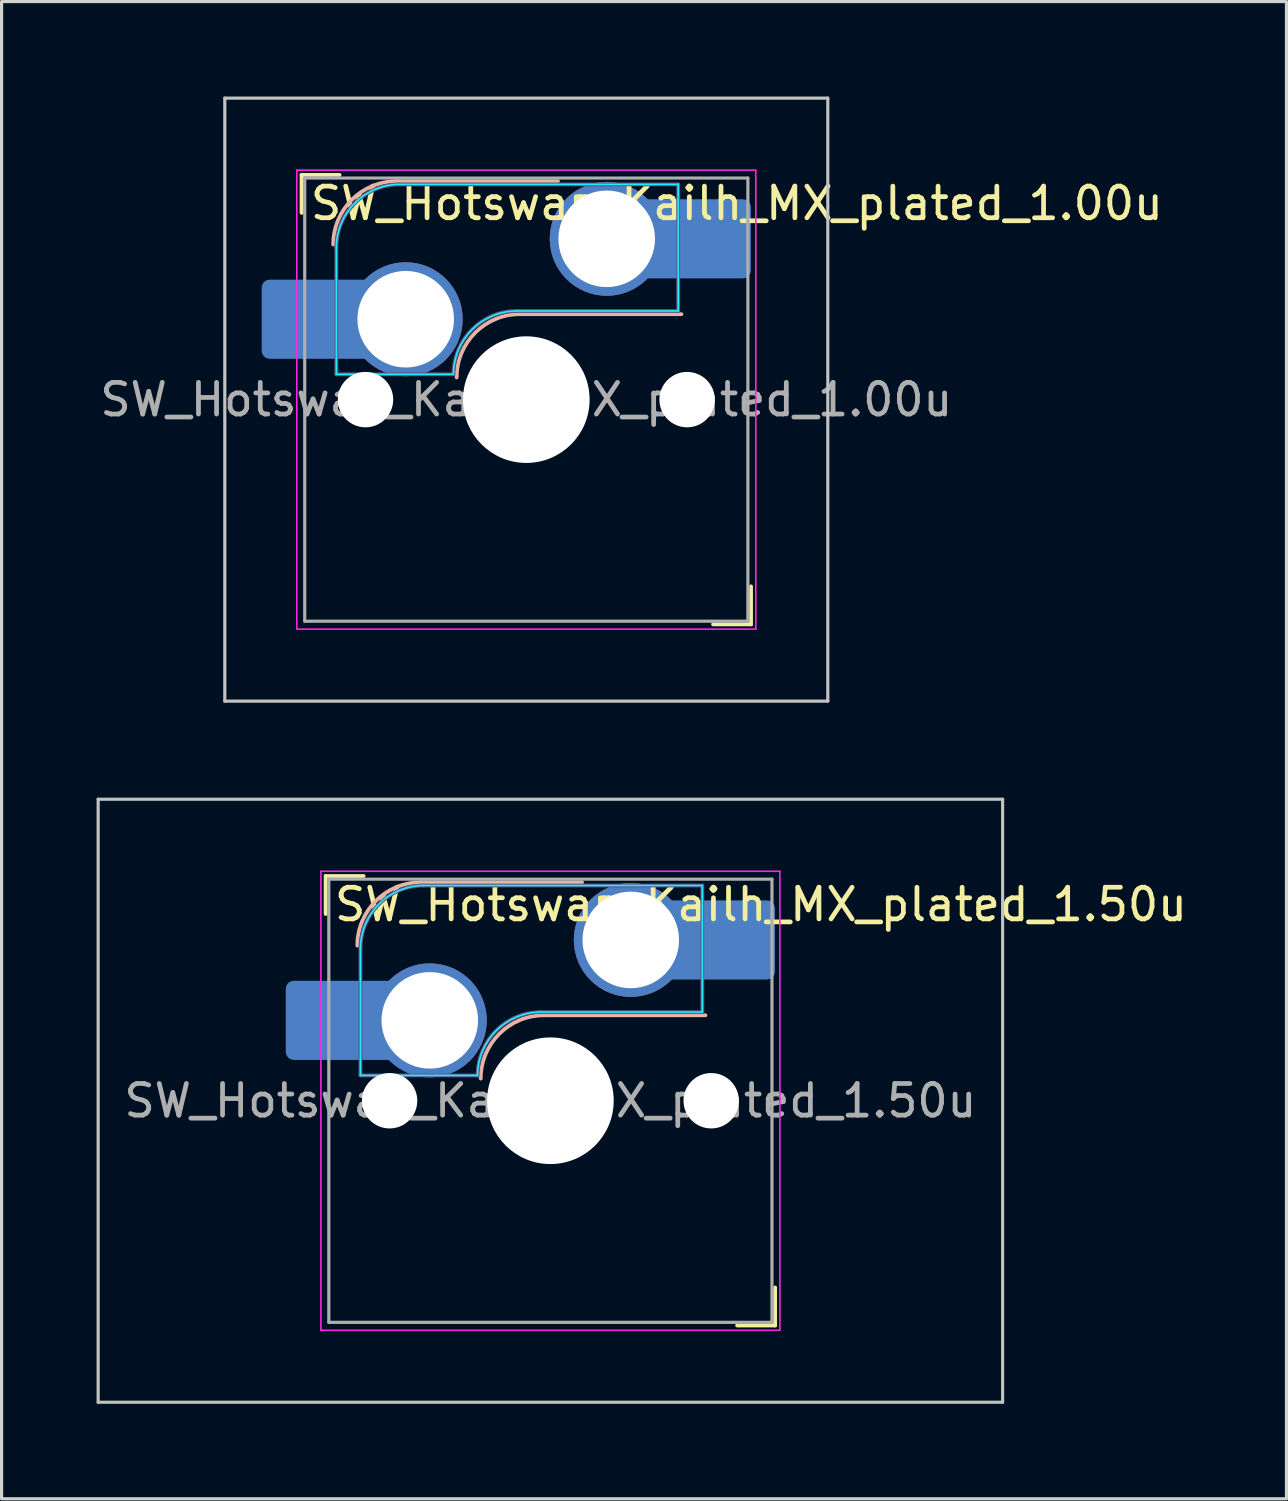
<source format=kicad_pcb>
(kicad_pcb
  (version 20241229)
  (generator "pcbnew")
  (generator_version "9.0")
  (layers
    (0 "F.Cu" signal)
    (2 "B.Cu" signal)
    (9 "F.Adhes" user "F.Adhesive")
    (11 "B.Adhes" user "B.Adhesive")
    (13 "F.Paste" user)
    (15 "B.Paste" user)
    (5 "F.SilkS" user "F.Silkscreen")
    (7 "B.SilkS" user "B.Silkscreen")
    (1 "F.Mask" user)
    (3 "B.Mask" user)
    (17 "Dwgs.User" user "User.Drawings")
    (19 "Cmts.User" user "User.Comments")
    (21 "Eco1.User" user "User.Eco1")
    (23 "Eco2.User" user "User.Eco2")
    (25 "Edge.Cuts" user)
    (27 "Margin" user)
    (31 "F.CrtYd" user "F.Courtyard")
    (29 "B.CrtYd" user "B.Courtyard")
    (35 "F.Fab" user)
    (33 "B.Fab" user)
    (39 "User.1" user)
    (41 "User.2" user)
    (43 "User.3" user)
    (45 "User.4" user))
  (footprint "SW_Hotswap_Kailh_MX_plated_1.50u"
    (layer "F.Cu")
    (at 14.338 31.725)
    (property "Reference" "SW_Hotswap_Kailh_MX_plated_1.50u" (at -6.9 -6.2 0) (layer "F.SilkS") (effects (font (size 1 1) (thickness 0.15)) (justify left)))
    (attr smd)
    (fp_line (start -7.1 -7.1) (end -7.1 -5.9) (stroke (width 0.12) (type solid)) (layer "F.SilkS"))
    (fp_line (start -5.9 -7.1) (end -7.1 -7.1) (stroke (width 0.12) (type solid)) (layer "F.SilkS"))
    (fp_line (start 5.9 7.1) (end 7.1 7.1) (stroke (width 0.12) (type solid)) (layer "F.SilkS"))
    (fp_line (start 7.1 7.1) (end 7.1 5.9) (stroke (width 0.12) (type solid)) (layer "F.SilkS"))
    (fp_line (start -4.1 -6.9) (end 1 -6.9) (stroke (width 0.12) (type solid)) (layer "B.SilkS"))
    (fp_line (start -0.2 -2.7) (end 4.9 -2.7) (stroke (width 0.12) (type solid)) (layer "B.SilkS"))
    (fp_arc (start -6.1 -4.9) (mid -5.514214 -6.314214) (end -4.1 -6.9) (stroke (width 0.12) (type solid)) (layer "B.SilkS"))
    (fp_arc (start -2.2 -0.7) (mid -1.614214 -2.114214) (end -0.2 -2.7) (stroke (width 0.12) (type solid)) (layer "B.SilkS"))
    (fp_line (start -14.287 -9.525) (end -14.287 9.525) (stroke (width 0.1) (type solid)) (layer "Dwgs.User"))
    (fp_line (start -14.287 9.525) (end 14.287 9.525) (stroke (width 0.1) (type solid)) (layer "Dwgs.User"))
    (fp_line (start 14.287 -9.525) (end -14.287 -9.525) (stroke (width 0.1) (type solid)) (layer "Dwgs.User"))
    (fp_line (start 14.287 9.525) (end 14.287 -9.525) (stroke (width 0.1) (type solid)) (layer "Dwgs.User"))
    (fp_line (start -7.8 -6) (end -7 -6) (stroke (width 0.1) (type solid)) (layer "Eco1.User"))
    (fp_line (start -7.8 -2.9) (end -7.8 -6) (stroke (width 0.1) (type solid)) (layer "Eco1.User"))
    (fp_line (start -7.8 2.9) (end -7 2.9) (stroke (width 0.1) (type solid)) (layer "Eco1.User"))
    (fp_line (start -7.8 6) (end -7.8 2.9) (stroke (width 0.1) (type solid)) (layer "Eco1.User"))
    (fp_line (start -7 -7) (end 7 -7) (stroke (width 0.1) (type solid)) (layer "Eco1.User"))
    (fp_line (start -7 -6) (end -7 -7) (stroke (width 0.1) (type solid)) (layer "Eco1.User"))
    (fp_line (start -7 -2.9) (end -7.8 -2.9) (stroke (width 0.1) (type solid)) (layer "Eco1.User"))
    (fp_line (start -7 2.9) (end -7 -2.9) (stroke (width 0.1) (type solid)) (layer "Eco1.User"))
    (fp_line (start -7 6) (end -7.8 6) (stroke (width 0.1) (type solid)) (layer "Eco1.User"))
    (fp_line (start -7 7) (end -7 6) (stroke (width 0.1) (type solid)) (layer "Eco1.User"))
    (fp_line (start 7 -7) (end 7 -6) (stroke (width 0.1) (type solid)) (layer "Eco1.User"))
    (fp_line (start 7 -6) (end 7.8 -6) (stroke (width 0.1) (type solid)) (layer "Eco1.User"))
    (fp_line (start 7 -2.9) (end 7 2.9) (stroke (width 0.1) (type solid)) (layer "Eco1.User"))
    (fp_line (start 7 2.9) (end 7.8 2.9) (stroke (width 0.1) (type solid)) (layer "Eco1.User"))
    (fp_line (start 7 6) (end 7 7) (stroke (width 0.1) (type solid)) (layer "Eco1.User"))
    (fp_line (start 7 7) (end -7 7) (stroke (width 0.1) (type solid)) (layer "Eco1.User"))
    (fp_line (start 7.8 -6) (end 7.8 -2.9) (stroke (width 0.1) (type solid)) (layer "Eco1.User"))
    (fp_line (start 7.8 -2.9) (end 7 -2.9) (stroke (width 0.1) (type solid)) (layer "Eco1.User"))
    (fp_line (start 7.8 2.9) (end 7.8 6) (stroke (width 0.1) (type solid)) (layer "Eco1.User"))
    (fp_line (start 7.8 6) (end 7 6) (stroke (width 0.1) (type solid)) (layer "Eco1.User"))
    (fp_line (start -6 -0.8) (end -6 -4.8) (stroke (width 0.05) (type solid)) (layer "B.CrtYd"))
    (fp_line (start -6 -0.8) (end -2.3 -0.8) (stroke (width 0.05) (type solid)) (layer "B.CrtYd"))
    (fp_line (start -4 -6.8) (end 4.8 -6.8) (stroke (width 0.05) (type solid)) (layer "B.CrtYd"))
    (fp_line (start -0.3 -2.8) (end 4.8 -2.8) (stroke (width 0.05) (type solid)) (layer "B.CrtYd"))
    (fp_line (start 4.8 -6.8) (end 4.8 -2.8) (stroke (width 0.05) (type solid)) (layer "B.CrtYd"))
    (fp_arc (start -6 -4.8) (mid -5.414214 -6.214214) (end -4 -6.8) (stroke (width 0.05) (type solid)) (layer "B.CrtYd"))
    (fp_arc (start -2.3 -0.8) (mid -1.714214 -2.214214) (end -0.3 -2.8) (stroke (width 0.05) (type solid)) (layer "B.CrtYd"))
    (fp_line (start -7.25 -7.25) (end -7.25 7.25) (stroke (width 0.05) (type solid)) (layer "F.CrtYd"))
    (fp_line (start -7.25 7.25) (end 7.25 7.25) (stroke (width 0.05) (type solid)) (layer "F.CrtYd"))
    (fp_line (start 7.25 -7.25) (end -7.25 -7.25) (stroke (width 0.05) (type solid)) (layer "F.CrtYd"))
    (fp_line (start 7.25 7.25) (end 7.25 -7.25) (stroke (width 0.05) (type solid)) (layer "F.CrtYd"))
    (fp_line (start -6 -0.8) (end -6 -4.8) (stroke (width 0.12) (type solid)) (layer "B.Fab"))
    (fp_line (start -6 -0.8) (end -2.3 -0.8) (stroke (width 0.12) (type solid)) (layer "B.Fab"))
    (fp_line (start -4 -6.8) (end 4.8 -6.8) (stroke (width 0.12) (type solid)) (layer "B.Fab"))
    (fp_line (start -0.3 -2.8) (end 4.8 -2.8) (stroke (width 0.12) (type solid)) (layer "B.Fab"))
    (fp_line (start 4.8 -6.8) (end 4.8 -2.8) (stroke (width 0.12) (type solid)) (layer "B.Fab"))
    (fp_arc (start -6 -4.8) (mid -5.414214 -6.214214) (end -4 -6.8) (stroke (width 0.12) (type solid)) (layer "B.Fab"))
    (fp_arc (start -2.3 -0.8) (mid -1.714214 -2.214214) (end -0.3 -2.8) (stroke (width 0.12) (type solid)) (layer "B.Fab"))
    (fp_line (start -7 -7) (end -7 7) (stroke (width 0.1) (type solid)) (layer "F.Fab"))
    (fp_line (start -7 7) (end 7 7) (stroke (width 0.1) (type solid)) (layer "F.Fab"))
    (fp_line (start 7 -7) (end -7 -7) (stroke (width 0.1) (type solid)) (layer "F.Fab"))
    (fp_line (start 7 7) (end 7 -7) (stroke (width 0.1) (type solid)) (layer "F.Fab"))
    (fp_text user "${REFERENCE}" (at 0 0 0) (layer "F.Fab") (effects (font (size 1 1) (thickness 0.15))))
    (pad "" smd roundrect (at -7.085 -2.54) (size 2.55 2.5) (layers "B.Mask" "B.Paste") (roundrect_rratio 0.1))
    (pad "" np_thru_hole circle (at -5.08 0) (size 1.75 1.75) (drill 1.75) (layers "*.Cu" "*.Mask"))
    (pad "" smd circle (at -3.81 -2.54) (size 3.1 3.1) (layers "F.Mask"))
    (pad "" np_thru_hole circle (at 0 0) (size 4 4) (drill 4) (layers "*.Cu" "*.Mask"))
    (pad "" smd circle (at 2.54 -5.08) (size 3.1 3.1) (layers "F.Mask"))
    (pad "" np_thru_hole circle (at 5.08 0) (size 1.75 1.75) (drill 1.75) (layers "*.Cu" "*.Mask"))
    (pad "" smd roundrect (at 5.842 -5.08) (size 2.55 2.5) (layers "B.Mask" "B.Paste") (roundrect_rratio 0.1))
    (pad "1" smd roundrect (at -6.585 -2.54) (size 3.55 2.5) (layers "B.Cu" "B.Mask") (roundrect_rratio 0.1))
    (pad "1" thru_hole circle (at -3.81 -2.54) (size 3.6 3.6) (drill 3.05) (layers "*.Cu" "B.Mask"))
    (pad "2" thru_hole circle (at 2.54 -5.08) (size 3.6 3.6) (drill 3.05) (layers "*.Cu" "B.Mask"))
    (pad "2" smd roundrect (at 5.32 -5.08) (size 3.55 2.5) (layers "B.Cu") (roundrect_rratio 0.1)))
  (footprint "SW_Hotswap_Kailh_MX_plated_1.00u"
    (layer "F.Cu")
    (at 13.577 9.575)
    (property "Reference" "SW_Hotswap_Kailh_MX_plated_1.00u" (at -6.9 -6.2 0) (layer "F.SilkS") (effects (font (size 1 1) (thickness 0.15)) (justify left)))
    (attr smd)
    (fp_line (start -7.1 -7.1) (end -7.1 -5.9) (stroke (width 0.12) (type solid)) (layer "F.SilkS"))
    (fp_line (start -5.9 -7.1) (end -7.1 -7.1) (stroke (width 0.12) (type solid)) (layer "F.SilkS"))
    (fp_line (start 5.9 7.1) (end 7.1 7.1) (stroke (width 0.12) (type solid)) (layer "F.SilkS"))
    (fp_line (start 7.1 7.1) (end 7.1 5.9) (stroke (width 0.12) (type solid)) (layer "F.SilkS"))
    (fp_line (start -4.1 -6.9) (end 1 -6.9) (stroke (width 0.12) (type solid)) (layer "B.SilkS"))
    (fp_line (start -0.2 -2.7) (end 4.9 -2.7) (stroke (width 0.12) (type solid)) (layer "B.SilkS"))
    (fp_arc (start -6.1 -4.9) (mid -5.514214 -6.314214) (end -4.1 -6.9) (stroke (width 0.12) (type solid)) (layer "B.SilkS"))
    (fp_arc (start -2.2 -0.7) (mid -1.614214 -2.114214) (end -0.2 -2.7) (stroke (width 0.12) (type solid)) (layer "B.SilkS"))
    (fp_line (start -9.525 -9.525) (end -9.525 9.525) (stroke (width 0.1) (type solid)) (layer "Dwgs.User"))
    (fp_line (start -9.525 9.525) (end 9.525 9.525) (stroke (width 0.1) (type solid)) (layer "Dwgs.User"))
    (fp_line (start 9.525 -9.525) (end -9.525 -9.525) (stroke (width 0.1) (type solid)) (layer "Dwgs.User"))
    (fp_line (start 9.525 9.525) (end 9.525 -9.525) (stroke (width 0.1) (type solid)) (layer "Dwgs.User"))
    (fp_line (start -7.8 -6) (end -7 -6) (stroke (width 0.1) (type solid)) (layer "Eco1.User"))
    (fp_line (start -7.8 -2.9) (end -7.8 -6) (stroke (width 0.1) (type solid)) (layer "Eco1.User"))
    (fp_line (start -7.8 2.9) (end -7 2.9) (stroke (width 0.1) (type solid)) (layer "Eco1.User"))
    (fp_line (start -7.8 6) (end -7.8 2.9) (stroke (width 0.1) (type solid)) (layer "Eco1.User"))
    (fp_line (start -7 -7) (end 7 -7) (stroke (width 0.1) (type solid)) (layer "Eco1.User"))
    (fp_line (start -7 -6) (end -7 -7) (stroke (width 0.1) (type solid)) (layer "Eco1.User"))
    (fp_line (start -7 -2.9) (end -7.8 -2.9) (stroke (width 0.1) (type solid)) (layer "Eco1.User"))
    (fp_line (start -7 2.9) (end -7 -2.9) (stroke (width 0.1) (type solid)) (layer "Eco1.User"))
    (fp_line (start -7 6) (end -7.8 6) (stroke (width 0.1) (type solid)) (layer "Eco1.User"))
    (fp_line (start -7 7) (end -7 6) (stroke (width 0.1) (type solid)) (layer "Eco1.User"))
    (fp_line (start 7 -7) (end 7 -6) (stroke (width 0.1) (type solid)) (layer "Eco1.User"))
    (fp_line (start 7 -6) (end 7.8 -6) (stroke (width 0.1) (type solid)) (layer "Eco1.User"))
    (fp_line (start 7 -2.9) (end 7 2.9) (stroke (width 0.1) (type solid)) (layer "Eco1.User"))
    (fp_line (start 7 2.9) (end 7.8 2.9) (stroke (width 0.1) (type solid)) (layer "Eco1.User"))
    (fp_line (start 7 6) (end 7 7) (stroke (width 0.1) (type solid)) (layer "Eco1.User"))
    (fp_line (start 7 7) (end -7 7) (stroke (width 0.1) (type solid)) (layer "Eco1.User"))
    (fp_line (start 7.8 -6) (end 7.8 -2.9) (stroke (width 0.1) (type solid)) (layer "Eco1.User"))
    (fp_line (start 7.8 -2.9) (end 7 -2.9) (stroke (width 0.1) (type solid)) (layer "Eco1.User"))
    (fp_line (start 7.8 2.9) (end 7.8 6) (stroke (width 0.1) (type solid)) (layer "Eco1.User"))
    (fp_line (start 7.8 6) (end 7 6) (stroke (width 0.1) (type solid)) (layer "Eco1.User"))
    (fp_line (start -6 -0.8) (end -6 -4.8) (stroke (width 0.05) (type solid)) (layer "B.CrtYd"))
    (fp_line (start -6 -0.8) (end -2.3 -0.8) (stroke (width 0.05) (type solid)) (layer "B.CrtYd"))
    (fp_line (start -4 -6.8) (end 4.8 -6.8) (stroke (width 0.05) (type solid)) (layer "B.CrtYd"))
    (fp_line (start -0.3 -2.8) (end 4.8 -2.8) (stroke (width 0.05) (type solid)) (layer "B.CrtYd"))
    (fp_line (start 4.8 -6.8) (end 4.8 -2.8) (stroke (width 0.05) (type solid)) (layer "B.CrtYd"))
    (fp_arc (start -6 -4.8) (mid -5.414214 -6.214214) (end -4 -6.8) (stroke (width 0.05) (type solid)) (layer "B.CrtYd"))
    (fp_arc (start -2.3 -0.8) (mid -1.714214 -2.214214) (end -0.3 -2.8) (stroke (width 0.05) (type solid)) (layer "B.CrtYd"))
    (fp_line (start -7.25 -7.25) (end -7.25 7.25) (stroke (width 0.05) (type solid)) (layer "F.CrtYd"))
    (fp_line (start -7.25 7.25) (end 7.25 7.25) (stroke (width 0.05) (type solid)) (layer "F.CrtYd"))
    (fp_line (start 7.25 -7.25) (end -7.25 -7.25) (stroke (width 0.05) (type solid)) (layer "F.CrtYd"))
    (fp_line (start 7.25 7.25) (end 7.25 -7.25) (stroke (width 0.05) (type solid)) (layer "F.CrtYd"))
    (fp_line (start -6 -0.8) (end -6 -4.8) (stroke (width 0.12) (type solid)) (layer "B.Fab"))
    (fp_line (start -6 -0.8) (end -2.3 -0.8) (stroke (width 0.12) (type solid)) (layer "B.Fab"))
    (fp_line (start -4 -6.8) (end 4.8 -6.8) (stroke (width 0.12) (type solid)) (layer "B.Fab"))
    (fp_line (start -0.3 -2.8) (end 4.8 -2.8) (stroke (width 0.12) (type solid)) (layer "B.Fab"))
    (fp_line (start 4.8 -6.8) (end 4.8 -2.8) (stroke (width 0.12) (type solid)) (layer "B.Fab"))
    (fp_arc (start -6 -4.8) (mid -5.414214 -6.214214) (end -4 -6.8) (stroke (width 0.12) (type solid)) (layer "B.Fab"))
    (fp_arc (start -2.3 -0.8) (mid -1.714214 -2.214214) (end -0.3 -2.8) (stroke (width 0.12) (type solid)) (layer "B.Fab"))
    (fp_line (start -7 -7) (end -7 7) (stroke (width 0.1) (type solid)) (layer "F.Fab"))
    (fp_line (start -7 7) (end 7 7) (stroke (width 0.1) (type solid)) (layer "F.Fab"))
    (fp_line (start 7 -7) (end -7 -7) (stroke (width 0.1) (type solid)) (layer "F.Fab"))
    (fp_line (start 7 7) (end 7 -7) (stroke (width 0.1) (type solid)) (layer "F.Fab"))
    (fp_text user "${REFERENCE}" (at 0 0 0) (layer "F.Fab") (effects (font (size 1 1) (thickness 0.15))))
    (pad "" smd roundrect (at -7.085 -2.54) (size 2.55 2.5) (layers "B.Mask" "B.Paste") (roundrect_rratio 0.1))
    (pad "" np_thru_hole circle (at -5.08 0) (size 1.75 1.75) (drill 1.75) (layers "*.Cu" "*.Mask"))
    (pad "" smd circle (at -3.81 -2.54) (size 3.1 3.1) (layers "F.Mask"))
    (pad "" np_thru_hole circle (at 0 0) (size 4 4) (drill 4) (layers "*.Cu" "*.Mask"))
    (pad "" smd circle (at 2.54 -5.08) (size 3.1 3.1) (layers "F.Mask"))
    (pad "" np_thru_hole circle (at 5.08 0) (size 1.75 1.75) (drill 1.75) (layers "*.Cu" "*.Mask"))
    (pad "" smd roundrect (at 5.842 -5.08) (size 2.55 2.5) (layers "B.Mask" "B.Paste") (roundrect_rratio 0.1))
    (pad "1" smd roundrect (at -6.585 -2.54) (size 3.55 2.5) (layers "B.Cu" "B.Mask") (roundrect_rratio 0.1))
    (pad "1" thru_hole circle (at -3.81 -2.54) (size 3.6 3.6) (drill 3.05) (layers "*.Cu" "B.Mask"))
    (pad "2" thru_hole circle (at 2.54 -5.08) (size 3.6 3.6) (drill 3.05) (layers "*.Cu" "B.Mask"))
    (pad "2" smd roundrect (at 5.32 -5.08) (size 3.55 2.5) (layers "B.Cu") (roundrect_rratio 0.1)))
  (gr_rect
    (start -3 -3)
    (end 37.592 44.3)
    (stroke (width 0.1) (type default))
    (fill no)
    (layer "Edge.Cuts")))
</source>
